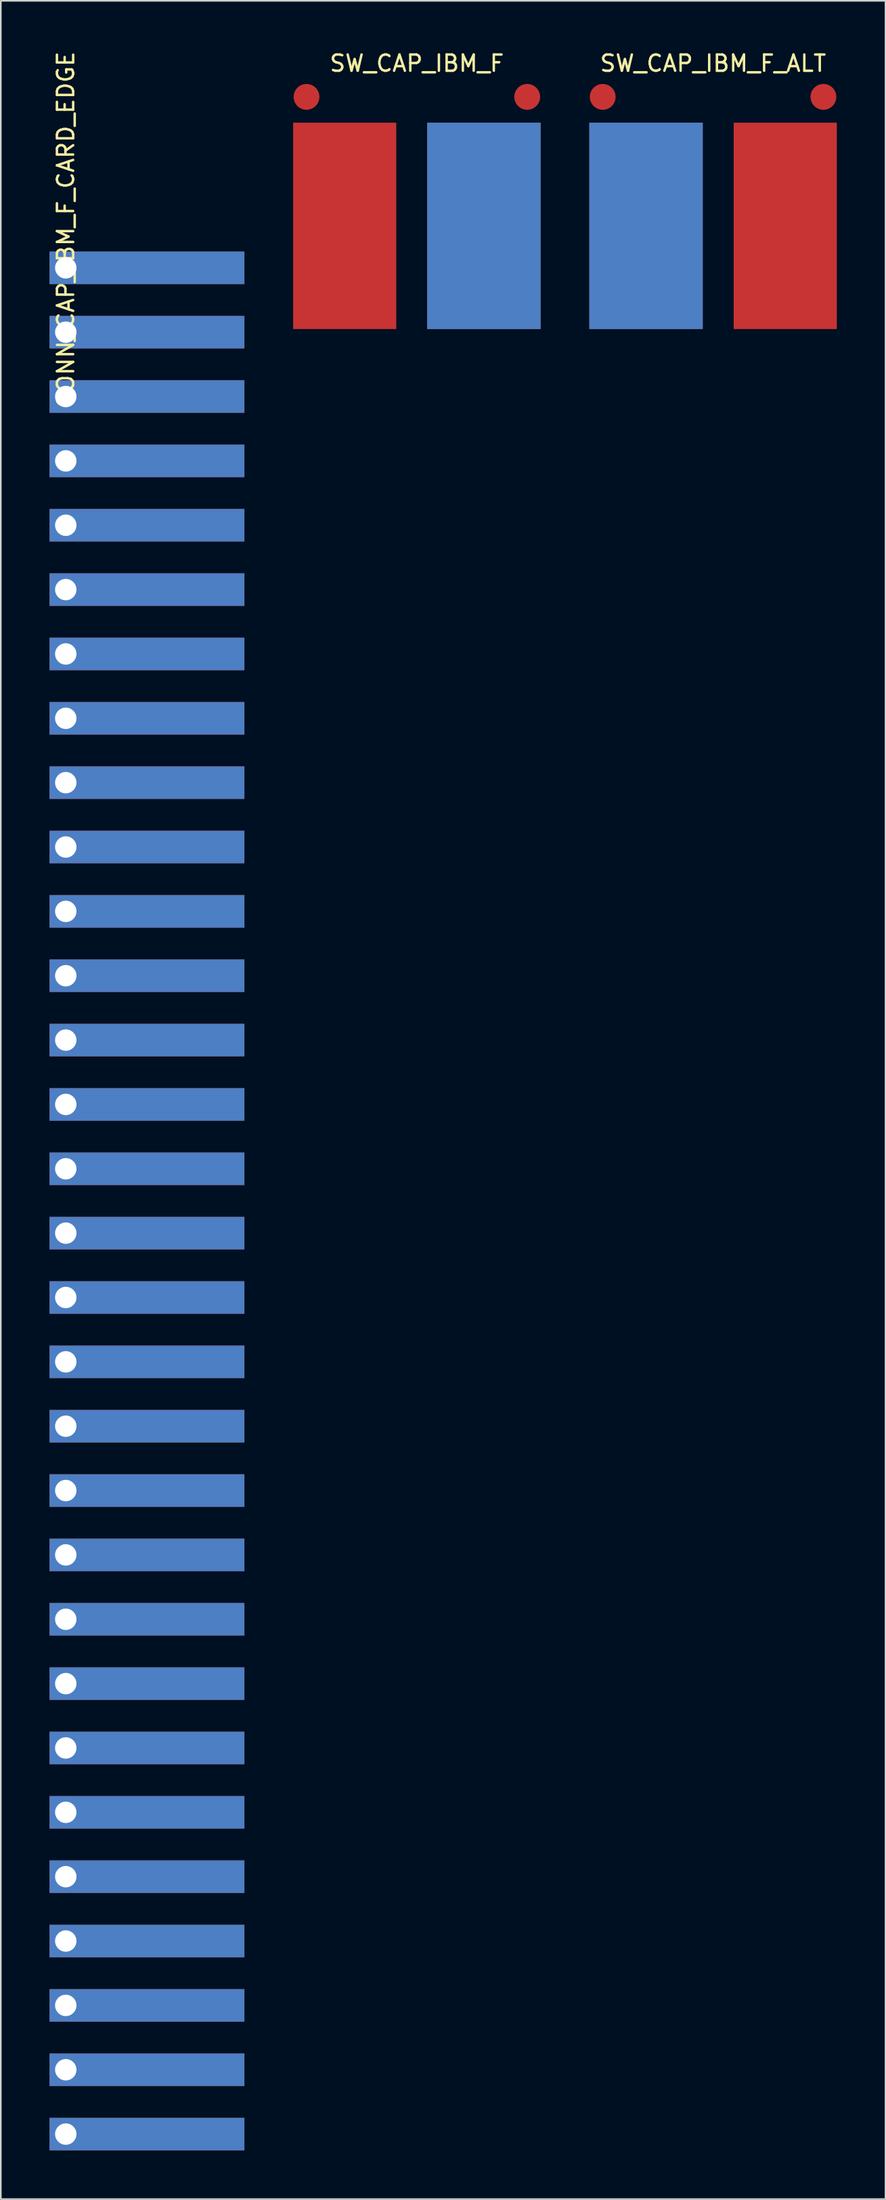
<source format=kicad_pcb>
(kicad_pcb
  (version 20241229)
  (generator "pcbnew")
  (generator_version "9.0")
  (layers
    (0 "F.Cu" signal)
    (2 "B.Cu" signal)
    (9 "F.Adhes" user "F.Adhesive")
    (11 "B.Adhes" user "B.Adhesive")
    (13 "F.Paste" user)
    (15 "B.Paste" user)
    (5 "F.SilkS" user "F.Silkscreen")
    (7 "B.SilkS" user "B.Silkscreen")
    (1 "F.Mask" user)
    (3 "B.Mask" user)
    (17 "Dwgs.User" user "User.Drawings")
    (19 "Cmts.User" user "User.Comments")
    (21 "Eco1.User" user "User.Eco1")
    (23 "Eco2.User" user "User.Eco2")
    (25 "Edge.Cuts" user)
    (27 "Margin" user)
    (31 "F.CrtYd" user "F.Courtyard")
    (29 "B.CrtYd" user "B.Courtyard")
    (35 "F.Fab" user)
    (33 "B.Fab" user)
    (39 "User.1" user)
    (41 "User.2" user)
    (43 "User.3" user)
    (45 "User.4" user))
  (footprint "SW_CAP_IBM_F"
    (layer "F.Cu")
    (at 22.62 10.848)
    (property "Reference" "SW_CAP_IBM_F" (at 0 -10 0) (layer "F.SilkS") (effects (font (size 1 1) (thickness 0.15))))
    (attr through_hole)
    (pad "A" smd circle (at -6.795 -7.937) (size 1.588 1.588) (layers "F.Cu"))
    (pad "B" smd circle (at 6.795 -7.937) (size 1.588 1.588) (layers "F.Cu"))
    (pad "COL" smd rect (at 4.128 0) (size 6.985 12.7) (layers "B.Cu"))
    (pad "REF" smd rect (at 4.128 0) (size 6.985 12.7) (layers "F.Cu"))
    (pad "ROW" smd rect (at -4.445 0) (size 6.35 12.7) (layers "F.Cu")))
  (footprint "SW_CAP_IBM_F_ALT"
    (layer "F.Cu")
    (at 40.86 10.848)
    (property "Reference" "SW_CAP_IBM_F_ALT" (at 0 -10 0) (layer "F.SilkS") (effects (font (size 1 1) (thickness 0.15))))
    (attr through_hole)
    (pad "A" smd circle (at 6.795 -7.937) (size 1.588 1.588) (layers "F.Cu"))
    (pad "B" smd circle (at -6.795 -7.937) (size 1.588 1.588) (layers "F.Cu"))
    (pad "COL" smd rect (at -4.128 0) (size 6.985 12.7) (layers "B.Cu"))
    (pad "REF" smd rect (at -4.128 0) (size 6.985 12.7) (layers "F.Cu"))
    (pad "ROW" smd rect (at 4.445 0) (size 6.35 12.7) (layers "F.Cu")))
  (footprint "CONN_CAP_IBM_F_CARD_EDGE"
    (layer "F.Cu")
    (at 1 13.431)
    (property "Reference" "CONN_CAP_IBM_F_CARD_EDGE" (at 0 -2.33 90) (layer "F.SilkS") (effects (font (size 1 1) (thickness 0.15))))
    (attr through_hole)
    (pad "1" connect rect (at 5 0 270) (size 2 12) (layers "F.Cu" "F.Mask"))
    (pad "2" connect rect (at 5 3.96 270) (size 2 12) (layers "F.Cu" "F.Mask"))
    (pad "3" connect rect (at 5 7.92 270) (size 2 12) (layers "F.Cu" "F.Mask"))
    (pad "4" connect rect (at 5 11.88 270) (size 2 12) (layers "F.Cu" "F.Mask"))
    (pad "5" connect rect (at 5 15.84 270) (size 2 12) (layers "F.Cu" "F.Mask"))
    (pad "6" connect rect (at 5 19.8 270) (size 2 12) (layers "F.Cu" "F.Mask"))
    (pad "7" connect rect (at 5 23.76 270) (size 2 12) (layers "F.Cu" "F.Mask"))
    (pad "8" connect rect (at 5 27.72 270) (size 2 12) (layers "F.Cu" "F.Mask"))
    (pad "9" connect rect (at 5 31.68 270) (size 2 12) (layers "F.Cu" "F.Mask"))
    (pad "10" connect rect (at 5 35.64 270) (size 2 12) (layers "F.Cu" "F.Mask"))
    (pad "11" connect rect (at 5 39.6 270) (size 2 12) (layers "F.Cu" "F.Mask"))
    (pad "12" connect rect (at 5 43.56 270) (size 2 12) (layers "F.Cu" "F.Mask"))
    (pad "13" connect rect (at 5 47.52 270) (size 2 12) (layers "F.Cu" "F.Mask"))
    (pad "14" connect rect (at 5 51.48 270) (size 2 12) (layers "F.Cu" "F.Mask"))
    (pad "15" connect rect (at 5 55.44 270) (size 2 12) (layers "F.Cu" "F.Mask"))
    (pad "16" connect rect (at 5 59.4 270) (size 2 12) (layers "F.Cu" "F.Mask"))
    (pad "17" connect rect (at 5 63.36 270) (size 2 12) (layers "F.Cu" "F.Mask"))
    (pad "18" connect rect (at 5 67.32 270) (size 2 12) (layers "F.Cu" "F.Mask"))
    (pad "19" connect rect (at 5 71.28 270) (size 2 12) (layers "F.Cu" "F.Mask"))
    (pad "20" connect rect (at 5 75.24 270) (size 2 12) (layers "F.Cu" "F.Mask"))
    (pad "21" connect rect (at 5 79.2 270) (size 2 12) (layers "F.Cu" "F.Mask"))
    (pad "22" connect rect (at 5 83.16 270) (size 2 12) (layers "F.Cu" "F.Mask"))
    (pad "23" connect rect (at 5 87.12 270) (size 2 12) (layers "F.Cu" "F.Mask"))
    (pad "24" connect rect (at 5 91.08 270) (size 2 12) (layers "F.Cu" "F.Mask"))
    (pad "25" connect rect (at 5 95.04 270) (size 2 12) (layers "F.Cu" "F.Mask"))
    (pad "26" connect rect (at 5 99 270) (size 2 12) (layers "F.Cu" "F.Mask"))
    (pad "27" connect rect (at 5 102.96 270) (size 2 12) (layers "F.Cu" "F.Mask"))
    (pad "28" connect rect (at 5 106.92 270) (size 2 12) (layers "F.Cu" "F.Mask"))
    (pad "29" connect rect (at 5 110.88 270) (size 2 12) (layers "F.Cu" "F.Mask"))
    (pad "30" connect rect (at 5 114.84 270) (size 2 12) (layers "F.Cu" "F.Mask"))
    (pad "31" thru_hole rect (at 0 0) (size 1.7 1.7) (drill 1.317) (layers "*.Cu" "*.Mask"))
    (pad "32" thru_hole rect (at 0 3.96) (size 1.7 1.7) (drill 1.317) (layers "*.Cu" "*.Mask"))
    (pad "33" thru_hole circle (at 0 7.92) (size 1.7 1.7) (drill 1.317) (layers "*.Cu" "*.Mask"))
    (pad "34" thru_hole circle (at 0 11.88) (size 1.7 1.7) (drill 1.317) (layers "*.Cu" "*.Mask"))
    (pad "35" thru_hole circle (at 0 15.84) (size 1.7 1.7) (drill 1.317) (layers "*.Cu" "*.Mask"))
    (pad "36" thru_hole circle (at 0 19.8) (size 1.7 1.7) (drill 1.317) (layers "*.Cu" "*.Mask"))
    (pad "37" thru_hole circle (at 0 23.76) (size 1.7 1.7) (drill 1.317) (layers "*.Cu" "*.Mask"))
    (pad "38" thru_hole circle (at 0 27.72) (size 1.7 1.7) (drill 1.317) (layers "*.Cu" "*.Mask"))
    (pad "39" thru_hole circle (at 0 31.68) (size 1.7 1.7) (drill 1.317) (layers "*.Cu" "*.Mask"))
    (pad "40" thru_hole circle (at 0 35.64) (size 1.7 1.7) (drill 1.317) (layers "*.Cu" "*.Mask"))
    (pad "41" thru_hole rect (at 0 39.6) (size 1.7 1.7) (drill 1.317) (layers "*.Cu" "*.Mask"))
    (pad "42" thru_hole rect (at 0 43.56) (size 1.7 1.7) (drill 1.317) (layers "*.Cu" "*.Mask"))
    (pad "43" thru_hole circle (at 0 47.52) (size 1.7 1.7) (drill 1.317) (layers "*.Cu" "*.Mask"))
    (pad "44" thru_hole circle (at 0 51.48) (size 1.7 1.7) (drill 1.317) (layers "*.Cu" "*.Mask"))
    (pad "45" thru_hole circle (at 0 55.44) (size 1.7 1.7) (drill 1.317) (layers "*.Cu" "*.Mask"))
    (pad "46" thru_hole circle (at 0 59.4) (size 1.7 1.7) (drill 1.317) (layers "*.Cu" "*.Mask"))
    (pad "47" thru_hole circle (at 0 63.36) (size 1.7 1.7) (drill 1.317) (layers "*.Cu" "*.Mask"))
    (pad "48" thru_hole circle (at 0 67.32) (size 1.7 1.7) (drill 1.317) (layers "*.Cu" "*.Mask"))
    (pad "49" thru_hole circle (at 0 71.28) (size 1.7 1.7) (drill 1.317) (layers "*.Cu" "*.Mask"))
    (pad "50" thru_hole circle (at 0 75.24) (size 1.7 1.7) (drill 1.317) (layers "*.Cu" "*.Mask"))
    (pad "51" thru_hole circle (at 0 79.2) (size 1.7 1.7) (drill 1.317) (layers "*.Cu" "*.Mask"))
    (pad "52" thru_hole circle (at 0 83.16) (size 1.7 1.7) (drill 1.317) (layers "*.Cu" "*.Mask"))
    (pad "53" thru_hole circle (at 0 87.12) (size 1.7 1.7) (drill 1.317) (layers "*.Cu" "*.Mask"))
    (pad "54" thru_hole circle (at 0 91.08) (size 1.7 1.7) (drill 1.317) (layers "*.Cu" "*.Mask"))
    (pad "55" thru_hole circle (at 0 95.04) (size 1.7 1.7) (drill 1.317) (layers "*.Cu" "*.Mask"))
    (pad "56" thru_hole circle (at 0 99) (size 1.7 1.7) (drill 1.317) (layers "*.Cu" "*.Mask"))
    (pad "57" thru_hole circle (at 0 102.96) (size 1.7 1.7) (drill 1.317) (layers "*.Cu" "*.Mask"))
    (pad "58" thru_hole circle (at 0 106.92) (size 1.7 1.7) (drill 1.317) (layers "*.Cu" "*.Mask"))
    (pad "59" thru_hole rect (at 0 110.88) (size 1.7 1.7) (drill 1.317) (layers "*.Cu" "*.Mask"))
    (pad "60" thru_hole rect (at 0 114.84) (size 1.7 1.7) (drill 1.317) (layers "*.Cu" "*.Mask"))
    (pad "61" connect rect (at 5 0 270) (size 2 12) (layers "B.Cu" "B.Mask"))
    (pad "62" connect rect (at 5 3.96 270) (size 2 12) (layers "B.Cu" "B.Mask"))
    (pad "63" connect rect (at 5 7.92 270) (size 2 12) (layers "B.Cu" "B.Mask"))
    (pad "64" connect rect (at 5 11.88 270) (size 2 12) (layers "B.Cu" "B.Mask"))
    (pad "65" connect rect (at 5 15.84 270) (size 2 12) (layers "B.Cu" "B.Mask"))
    (pad "66" connect rect (at 5 19.8 270) (size 2 12) (layers "B.Cu" "B.Mask"))
    (pad "67" connect rect (at 5 23.76 270) (size 2 12) (layers "B.Cu" "B.Mask"))
    (pad "68" connect rect (at 5 27.72 270) (size 2 12) (layers "B.Cu" "B.Mask"))
    (pad "69" connect rect (at 5 31.68 270) (size 2 12) (layers "B.Cu" "B.Mask"))
    (pad "70" connect rect (at 5 35.64 270) (size 2 12) (layers "B.Cu" "B.Mask"))
    (pad "71" connect rect (at 5 39.6 270) (size 2 12) (layers "B.Cu" "B.Mask"))
    (pad "72" connect rect (at 5 43.56 270) (size 2 12) (layers "B.Cu" "B.Mask"))
    (pad "73" connect rect (at 5 47.52 270) (size 2 12) (layers "B.Cu" "B.Mask"))
    (pad "74" connect rect (at 5 51.48 270) (size 2 12) (layers "B.Cu" "B.Mask"))
    (pad "75" connect rect (at 5 55.44 270) (size 2 12) (layers "B.Cu" "B.Mask"))
    (pad "76" connect rect (at 5 59.4 270) (size 2 12) (layers "B.Cu" "B.Mask"))
    (pad "77" connect rect (at 5 63.36 270) (size 2 12) (layers "B.Cu" "B.Mask"))
    (pad "78" connect rect (at 5 67.32 270) (size 2 12) (layers "B.Cu" "B.Mask"))
    (pad "79" connect rect (at 5 71.28 270) (size 2 12) (layers "B.Cu" "B.Mask"))
    (pad "80" connect rect (at 5 75.24 270) (size 2 12) (layers "B.Cu" "B.Mask"))
    (pad "81" connect rect (at 5 79.2 270) (size 2 12) (layers "B.Cu" "B.Mask"))
    (pad "82" connect rect (at 5 83.16 270) (size 2 12) (layers "B.Cu" "B.Mask"))
    (pad "83" connect rect (at 5 87.12 270) (size 2 12) (layers "B.Cu" "B.Mask"))
    (pad "84" connect rect (at 5 91.08 270) (size 2 12) (layers "B.Cu" "B.Mask"))
    (pad "85" connect rect (at 5 95.04 270) (size 2 12) (layers "B.Cu" "B.Mask"))
    (pad "86" connect rect (at 5 99 270) (size 2 12) (layers "B.Cu" "B.Mask"))
    (pad "87" connect rect (at 5 102.96 270) (size 2 12) (layers "B.Cu" "B.Mask"))
    (pad "88" connect rect (at 5 106.92 270) (size 2 12) (layers "B.Cu" "B.Mask"))
    (pad "89" connect rect (at 5 110.88 270) (size 2 12) (layers "B.Cu" "B.Mask"))
    (pad "90" connect rect (at 5 114.84 270) (size 2 12) (layers "B.Cu" "B.Mask")))
  (gr_rect
    (start -3 -3)
    (end 51.48 132.271)
    (stroke (width 0.1) (type default))
    (fill no)
    (layer "Edge.Cuts")))
</source>
